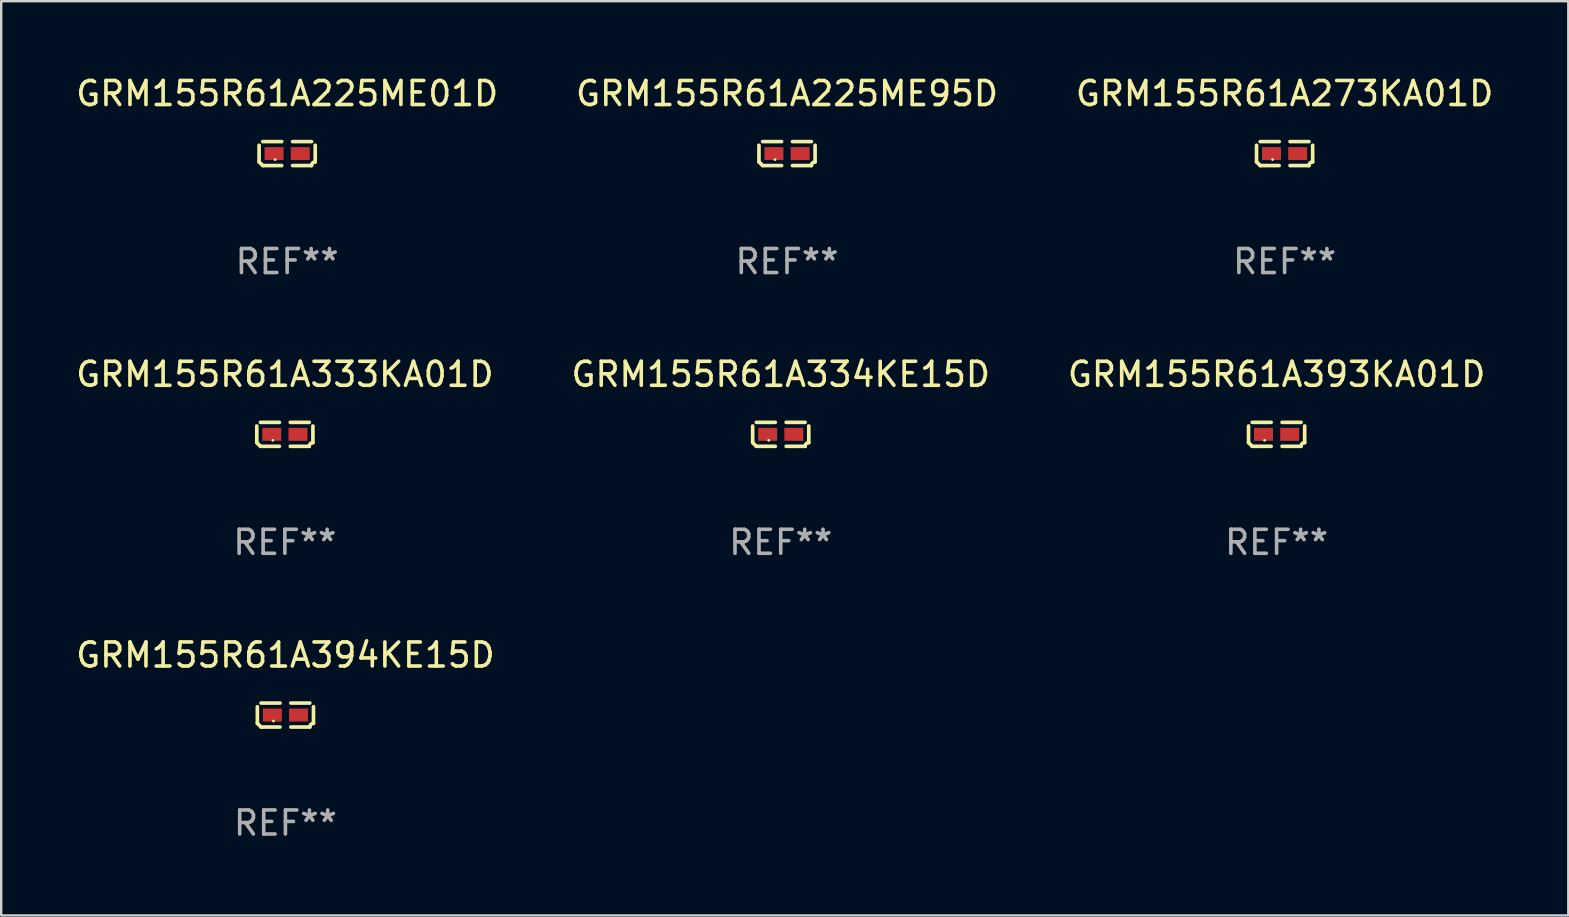
<source format=kicad_pcb>
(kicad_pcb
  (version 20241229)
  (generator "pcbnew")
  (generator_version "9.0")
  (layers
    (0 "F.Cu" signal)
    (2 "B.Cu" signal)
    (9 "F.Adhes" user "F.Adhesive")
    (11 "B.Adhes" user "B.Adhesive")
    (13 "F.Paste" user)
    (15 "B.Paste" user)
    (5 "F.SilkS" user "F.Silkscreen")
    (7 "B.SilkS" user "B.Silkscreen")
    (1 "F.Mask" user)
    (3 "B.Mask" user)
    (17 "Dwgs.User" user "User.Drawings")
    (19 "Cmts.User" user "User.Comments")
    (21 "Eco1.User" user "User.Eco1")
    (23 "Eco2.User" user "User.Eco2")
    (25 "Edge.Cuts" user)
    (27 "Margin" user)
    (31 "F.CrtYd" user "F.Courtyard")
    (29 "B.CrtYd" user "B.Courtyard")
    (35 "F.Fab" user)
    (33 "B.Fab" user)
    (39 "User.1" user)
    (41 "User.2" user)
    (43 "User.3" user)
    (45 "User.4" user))
  (footprint "GRM155R61A225ME01D"
    (layer "F.Cu")
    (at 8.911 3.347)
    (property "Reference" "GRM155R61A225ME01D" (at 0 -2.499 0) (layer "F.SilkS") (effects (font (size 1 1) (thickness 0.15))))
    (attr through_hole)
    (fp_line (start -1.169 0.346) (end -1.169 -0.346) (stroke (width 0.152) (type solid)) (layer "F.SilkS"))
    (fp_line (start -1.016 -0.499) (end -0.226 -0.499) (stroke (width 0.152) (type solid)) (layer "F.SilkS"))
    (fp_line (start -0.226 0.499) (end -1.016 0.499) (stroke (width 0.152) (type solid)) (layer "F.SilkS"))
    (fp_line (start 0.226 0.499) (end 1.016 0.499) (stroke (width 0.152) (type solid)) (layer "F.SilkS"))
    (fp_line (start 1.016 -0.499) (end 0.226 -0.499) (stroke (width 0.152) (type solid)) (layer "F.SilkS"))
    (fp_line (start 1.169 0.346) (end 1.169 -0.346) (stroke (width 0.152) (type solid)) (layer "F.SilkS"))
    (fp_arc (start -1.016307 0.498603) (mid -1.092512 0.422405) (end -1.16871 0.3462) (stroke (width 0.1524) (type solid)) (layer "F.SilkS"))
    (fp_arc (start 1.016307 0.498603) (mid 1.060899 0.390758) (end 1.168707 0.346076) (stroke (width 0.1524) (type solid)) (layer "F.SilkS"))
    (fp_circle (center -0.5 0.25) (end -0.47 0.25) (stroke (width 0.06) (type solid)) (fill no) (layer "F.SilkS"))
    (fp_text user "REF**" (at 0 4.499 0) (layer "F.Fab") (effects (font (size 1 1) (thickness 0.15))))
    (pad "1" smd rect (at -0.545 0) (size 0.79 0.54) (layers "F.Cu" "F.Mask" "F.Paste"))
    (pad "2" smd rect (at 0.545 0) (size 0.79 0.54) (layers "F.Cu" "F.Mask" "F.Paste")))
  (footprint "GRM155R61A393KA01D"
    (layer "F.Cu")
    (at 50.125 15.041)
    (property "Reference" "GRM155R61A393KA01D" (at 0 -2.499 0) (layer "F.SilkS") (effects (font (size 1 1) (thickness 0.15))))
    (attr through_hole)
    (fp_line (start -1.169 0.346) (end -1.169 -0.346) (stroke (width 0.152) (type solid)) (layer "F.SilkS"))
    (fp_line (start -1.016 -0.499) (end -0.226 -0.499) (stroke (width 0.152) (type solid)) (layer "F.SilkS"))
    (fp_line (start -0.226 0.499) (end -1.016 0.499) (stroke (width 0.152) (type solid)) (layer "F.SilkS"))
    (fp_line (start 0.226 0.499) (end 1.016 0.499) (stroke (width 0.152) (type solid)) (layer "F.SilkS"))
    (fp_line (start 1.016 -0.499) (end 0.226 -0.499) (stroke (width 0.152) (type solid)) (layer "F.SilkS"))
    (fp_line (start 1.169 0.346) (end 1.169 -0.346) (stroke (width 0.152) (type solid)) (layer "F.SilkS"))
    (fp_arc (start -1.016307 0.498603) (mid -1.092512 0.422405) (end -1.16871 0.3462) (stroke (width 0.1524) (type solid)) (layer "F.SilkS"))
    (fp_arc (start 1.016307 0.498603) (mid 1.060899 0.390758) (end 1.168707 0.346076) (stroke (width 0.1524) (type solid)) (layer "F.SilkS"))
    (fp_circle (center -0.5 0.25) (end -0.47 0.25) (stroke (width 0.06) (type solid)) (fill no) (layer "F.SilkS"))
    (fp_text user "REF**" (at 0 4.499 0) (layer "F.Fab") (effects (font (size 1 1) (thickness 0.15))))
    (pad "1" smd rect (at -0.545 0) (size 0.79 0.54) (layers "F.Cu" "F.Mask" "F.Paste"))
    (pad "2" smd rect (at 0.545 0) (size 0.79 0.54) (layers "F.Cu" "F.Mask" "F.Paste")))
  (footprint "GRM155R61A225ME95D"
    (layer "F.Cu")
    (at 29.732 3.347)
    (property "Reference" "GRM155R61A225ME95D" (at 0 -2.499 0) (layer "F.SilkS") (effects (font (size 1 1) (thickness 0.15))))
    (attr through_hole)
    (fp_line (start -1.169 0.346) (end -1.169 -0.346) (stroke (width 0.152) (type solid)) (layer "F.SilkS"))
    (fp_line (start -1.016 -0.499) (end -0.226 -0.499) (stroke (width 0.152) (type solid)) (layer "F.SilkS"))
    (fp_line (start -0.226 0.499) (end -1.016 0.499) (stroke (width 0.152) (type solid)) (layer "F.SilkS"))
    (fp_line (start 0.226 0.499) (end 1.016 0.499) (stroke (width 0.152) (type solid)) (layer "F.SilkS"))
    (fp_line (start 1.016 -0.499) (end 0.226 -0.499) (stroke (width 0.152) (type solid)) (layer "F.SilkS"))
    (fp_line (start 1.169 0.346) (end 1.169 -0.346) (stroke (width 0.152) (type solid)) (layer "F.SilkS"))
    (fp_arc (start -1.016307 0.498603) (mid -1.092512 0.422405) (end -1.16871 0.3462) (stroke (width 0.1524) (type solid)) (layer "F.SilkS"))
    (fp_arc (start 1.016307 0.498603) (mid 1.060899 0.390758) (end 1.168707 0.346076) (stroke (width 0.1524) (type solid)) (layer "F.SilkS"))
    (fp_circle (center -0.5 0.25) (end -0.47 0.25) (stroke (width 0.06) (type solid)) (fill no) (layer "F.SilkS"))
    (fp_text user "REF**" (at 0 4.499 0) (layer "F.Fab") (effects (font (size 1 1) (thickness 0.15))))
    (pad "1" smd rect (at -0.545 0) (size 0.79 0.54) (layers "F.Cu" "F.Mask" "F.Paste"))
    (pad "2" smd rect (at 0.545 0) (size 0.79 0.54) (layers "F.Cu" "F.Mask" "F.Paste")))
  (footprint "GRM155R61A394KE15D"
    (layer "F.Cu")
    (at 8.839 26.734)
    (property "Reference" "GRM155R61A394KE15D" (at 0 -2.499 0) (layer "F.SilkS") (effects (font (size 1 1) (thickness 0.15))))
    (attr through_hole)
    (fp_line (start -1.169 0.346) (end -1.169 -0.346) (stroke (width 0.152) (type solid)) (layer "F.SilkS"))
    (fp_line (start -1.016 -0.499) (end -0.226 -0.499) (stroke (width 0.152) (type solid)) (layer "F.SilkS"))
    (fp_line (start -0.226 0.499) (end -1.016 0.499) (stroke (width 0.152) (type solid)) (layer "F.SilkS"))
    (fp_line (start 0.226 0.499) (end 1.016 0.499) (stroke (width 0.152) (type solid)) (layer "F.SilkS"))
    (fp_line (start 1.016 -0.499) (end 0.226 -0.499) (stroke (width 0.152) (type solid)) (layer "F.SilkS"))
    (fp_line (start 1.169 0.346) (end 1.169 -0.346) (stroke (width 0.152) (type solid)) (layer "F.SilkS"))
    (fp_arc (start -1.016307 0.498603) (mid -1.092512 0.422405) (end -1.16871 0.3462) (stroke (width 0.1524) (type solid)) (layer "F.SilkS"))
    (fp_arc (start 1.016307 0.498603) (mid 1.060899 0.390758) (end 1.168707 0.346076) (stroke (width 0.1524) (type solid)) (layer "F.SilkS"))
    (fp_circle (center -0.5 0.25) (end -0.47 0.25) (stroke (width 0.06) (type solid)) (fill no) (layer "F.SilkS"))
    (fp_text user "REF**" (at 0 4.499 0) (layer "F.Fab") (effects (font (size 1 1) (thickness 0.15))))
    (pad "1" smd rect (at -0.545 0) (size 0.79 0.54) (layers "F.Cu" "F.Mask" "F.Paste"))
    (pad "2" smd rect (at 0.545 0) (size 0.79 0.54) (layers "F.Cu" "F.Mask" "F.Paste")))
  (footprint "GRM155R61A334KE15D"
    (layer "F.Cu")
    (at 29.47 15.041)
    (property "Reference" "GRM155R61A334KE15D" (at 0 -2.499 0) (layer "F.SilkS") (effects (font (size 1 1) (thickness 0.15))))
    (attr through_hole)
    (fp_line (start -1.169 0.346) (end -1.169 -0.346) (stroke (width 0.152) (type solid)) (layer "F.SilkS"))
    (fp_line (start -1.016 -0.499) (end -0.226 -0.499) (stroke (width 0.152) (type solid)) (layer "F.SilkS"))
    (fp_line (start -0.226 0.499) (end -1.016 0.499) (stroke (width 0.152) (type solid)) (layer "F.SilkS"))
    (fp_line (start 0.226 0.499) (end 1.016 0.499) (stroke (width 0.152) (type solid)) (layer "F.SilkS"))
    (fp_line (start 1.016 -0.499) (end 0.226 -0.499) (stroke (width 0.152) (type solid)) (layer "F.SilkS"))
    (fp_line (start 1.169 0.346) (end 1.169 -0.346) (stroke (width 0.152) (type solid)) (layer "F.SilkS"))
    (fp_arc (start -1.016307 0.498603) (mid -1.092512 0.422405) (end -1.16871 0.3462) (stroke (width 0.1524) (type solid)) (layer "F.SilkS"))
    (fp_arc (start 1.016307 0.498603) (mid 1.060899 0.390758) (end 1.168707 0.346076) (stroke (width 0.1524) (type solid)) (layer "F.SilkS"))
    (fp_circle (center -0.5 0.25) (end -0.47 0.25) (stroke (width 0.06) (type solid)) (fill no) (layer "F.SilkS"))
    (fp_text user "REF**" (at 0 4.499 0) (layer "F.Fab") (effects (font (size 1 1) (thickness 0.15))))
    (pad "1" smd rect (at -0.545 0) (size 0.79 0.54) (layers "F.Cu" "F.Mask" "F.Paste"))
    (pad "2" smd rect (at 0.545 0) (size 0.79 0.54) (layers "F.Cu" "F.Mask" "F.Paste")))
  (footprint "GRM155R61A273KA01D"
    (layer "F.Cu")
    (at 50.458 3.347)
    (property "Reference" "GRM155R61A273KA01D" (at 0 -2.499 0) (layer "F.SilkS") (effects (font (size 1 1) (thickness 0.15))))
    (attr through_hole)
    (fp_line (start -1.169 0.346) (end -1.169 -0.346) (stroke (width 0.152) (type solid)) (layer "F.SilkS"))
    (fp_line (start -1.016 -0.499) (end -0.226 -0.499) (stroke (width 0.152) (type solid)) (layer "F.SilkS"))
    (fp_line (start -0.226 0.499) (end -1.016 0.499) (stroke (width 0.152) (type solid)) (layer "F.SilkS"))
    (fp_line (start 0.226 0.499) (end 1.016 0.499) (stroke (width 0.152) (type solid)) (layer "F.SilkS"))
    (fp_line (start 1.016 -0.499) (end 0.226 -0.499) (stroke (width 0.152) (type solid)) (layer "F.SilkS"))
    (fp_line (start 1.169 0.346) (end 1.169 -0.346) (stroke (width 0.152) (type solid)) (layer "F.SilkS"))
    (fp_arc (start -1.016307 0.498603) (mid -1.092512 0.422405) (end -1.16871 0.3462) (stroke (width 0.1524) (type solid)) (layer "F.SilkS"))
    (fp_arc (start 1.016307 0.498603) (mid 1.060899 0.390758) (end 1.168707 0.346076) (stroke (width 0.1524) (type solid)) (layer "F.SilkS"))
    (fp_circle (center -0.5 0.25) (end -0.47 0.25) (stroke (width 0.06) (type solid)) (fill no) (layer "F.SilkS"))
    (fp_text user "REF**" (at 0 4.499 0) (layer "F.Fab") (effects (font (size 1 1) (thickness 0.15))))
    (pad "1" smd rect (at -0.545 0) (size 0.79 0.54) (layers "F.Cu" "F.Mask" "F.Paste"))
    (pad "2" smd rect (at 0.545 0) (size 0.79 0.54) (layers "F.Cu" "F.Mask" "F.Paste")))
  (footprint "GRM155R61A333KA01D"
    (layer "F.Cu")
    (at 8.815 15.041)
    (property "Reference" "GRM155R61A333KA01D" (at 0 -2.499 0) (layer "F.SilkS") (effects (font (size 1 1) (thickness 0.15))))
    (attr through_hole)
    (fp_line (start -1.169 0.346) (end -1.169 -0.346) (stroke (width 0.152) (type solid)) (layer "F.SilkS"))
    (fp_line (start -1.016 -0.499) (end -0.226 -0.499) (stroke (width 0.152) (type solid)) (layer "F.SilkS"))
    (fp_line (start -0.226 0.499) (end -1.016 0.499) (stroke (width 0.152) (type solid)) (layer "F.SilkS"))
    (fp_line (start 0.226 0.499) (end 1.016 0.499) (stroke (width 0.152) (type solid)) (layer "F.SilkS"))
    (fp_line (start 1.016 -0.499) (end 0.226 -0.499) (stroke (width 0.152) (type solid)) (layer "F.SilkS"))
    (fp_line (start 1.169 0.346) (end 1.169 -0.346) (stroke (width 0.152) (type solid)) (layer "F.SilkS"))
    (fp_arc (start -1.016307 0.498603) (mid -1.092512 0.422405) (end -1.16871 0.3462) (stroke (width 0.1524) (type solid)) (layer "F.SilkS"))
    (fp_arc (start 1.016307 0.498603) (mid 1.060899 0.390758) (end 1.168707 0.346076) (stroke (width 0.1524) (type solid)) (layer "F.SilkS"))
    (fp_circle (center -0.5 0.25) (end -0.47 0.25) (stroke (width 0.06) (type solid)) (fill no) (layer "F.SilkS"))
    (fp_text user "REF**" (at 0 4.499 0) (layer "F.Fab") (effects (font (size 1 1) (thickness 0.15))))
    (pad "1" smd rect (at -0.545 0) (size 0.79 0.54) (layers "F.Cu" "F.Mask" "F.Paste"))
    (pad "2" smd rect (at 0.545 0) (size 0.79 0.54) (layers "F.Cu" "F.Mask" "F.Paste")))
  (gr_rect
    (start -3 -3)
    (end 62.274 35.081)
    (stroke (width 0.1) (type default))
    (fill no)
    (layer "Edge.Cuts")))
</source>
